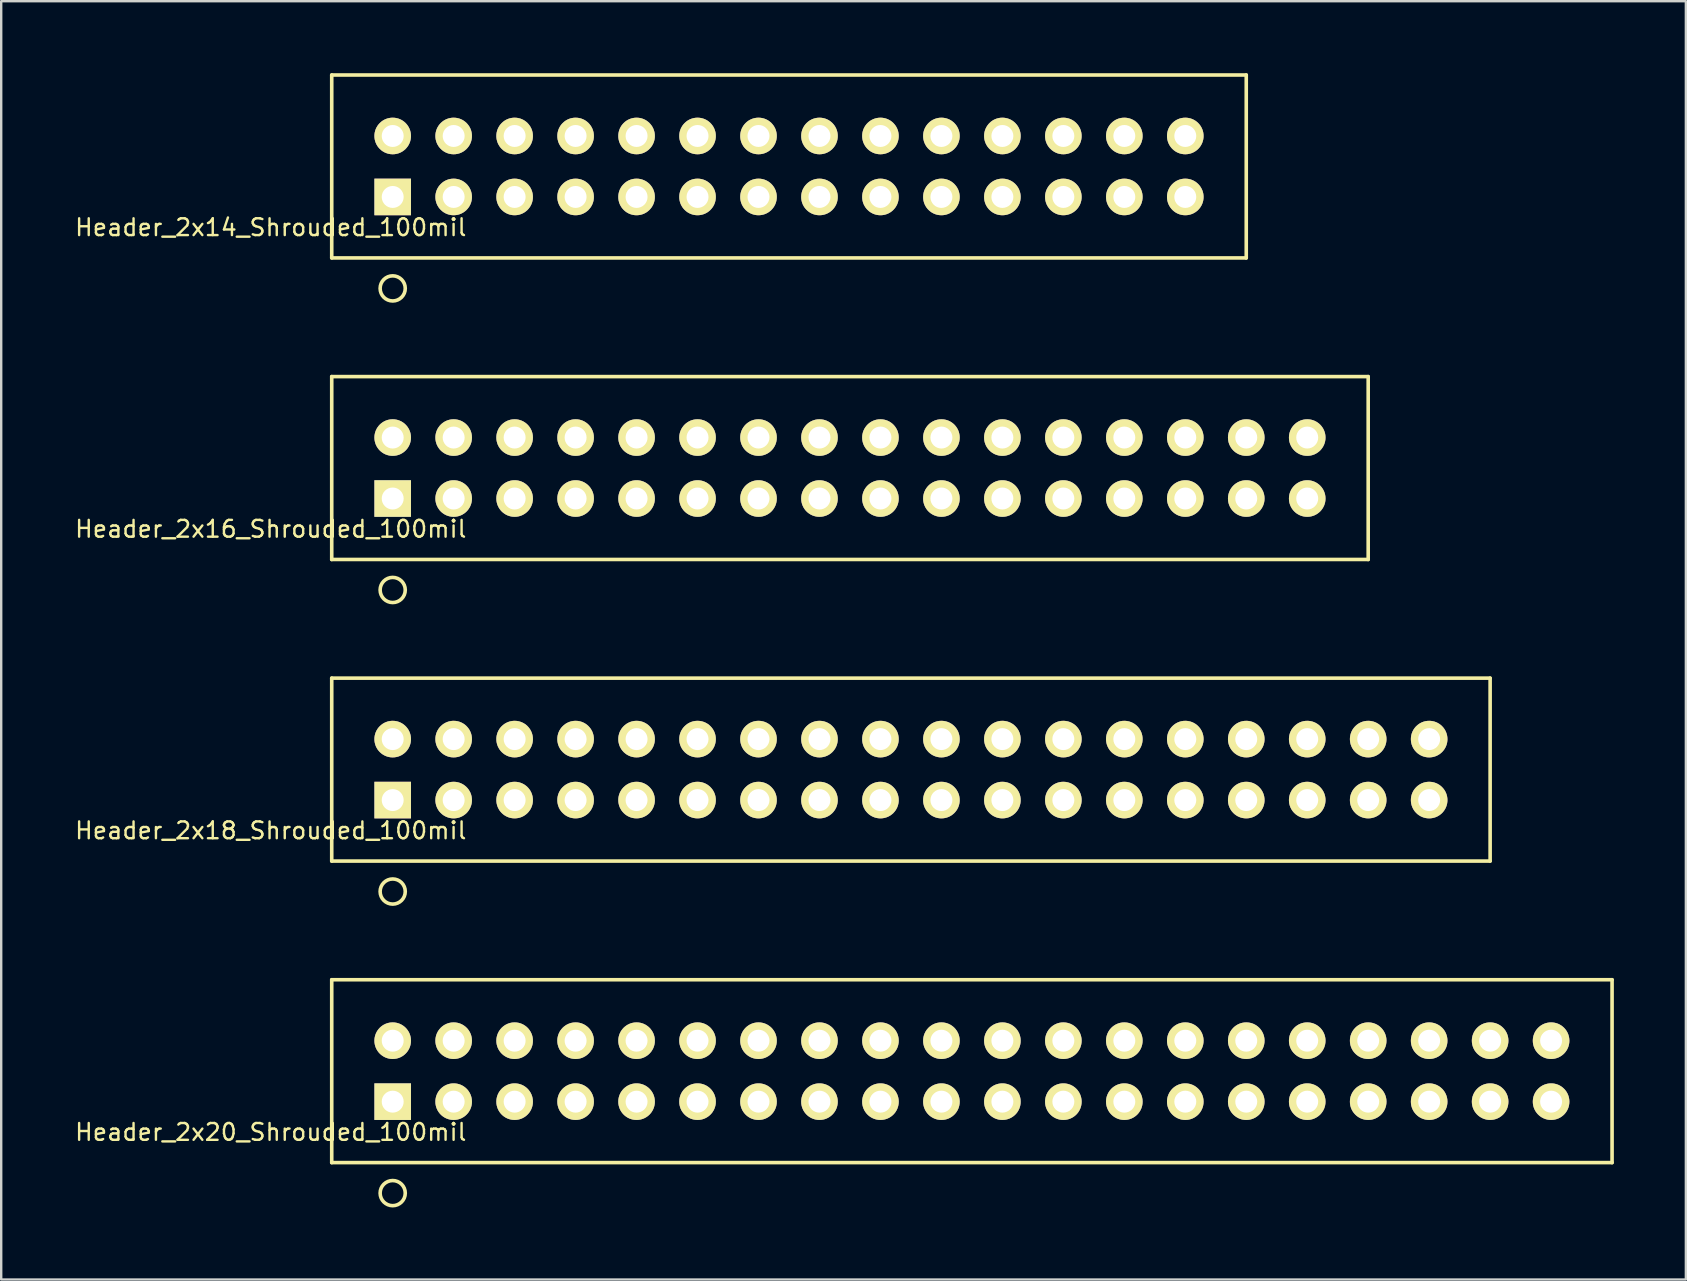
<source format=kicad_pcb>
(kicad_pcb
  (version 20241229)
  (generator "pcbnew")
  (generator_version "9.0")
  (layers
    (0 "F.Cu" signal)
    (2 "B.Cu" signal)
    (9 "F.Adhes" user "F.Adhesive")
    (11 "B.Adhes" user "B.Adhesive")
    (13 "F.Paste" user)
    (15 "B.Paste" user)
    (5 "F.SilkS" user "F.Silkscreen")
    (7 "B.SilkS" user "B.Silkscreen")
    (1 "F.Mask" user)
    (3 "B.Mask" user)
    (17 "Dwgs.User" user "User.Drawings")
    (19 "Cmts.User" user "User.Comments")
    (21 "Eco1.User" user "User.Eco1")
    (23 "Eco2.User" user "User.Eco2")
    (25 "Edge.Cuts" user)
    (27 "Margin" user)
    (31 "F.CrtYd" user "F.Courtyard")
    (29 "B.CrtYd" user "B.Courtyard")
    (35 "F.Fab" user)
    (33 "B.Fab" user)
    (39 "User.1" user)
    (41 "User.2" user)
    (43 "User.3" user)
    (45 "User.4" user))
  (footprint "Header_2x16_Shrouded_100mil"
    (layer "F.Cu")
    (at 13.31 17.719)
    (property "Reference" "Header_2x16_Shrouded_100mil" (at -5.08 1.27 0) (layer "F.SilkS") (effects (font (size 0.7 0.7) (thickness 0.1))))
    (attr through_hole)
    (fp_line (start -2.54 -5.08) (end -2.54 2.54) (stroke (width 0.15) (type solid)) (layer "F.SilkS"))
    (fp_line (start -2.54 2.54) (end 40.64 2.54) (stroke (width 0.15) (type solid)) (layer "F.SilkS"))
    (fp_line (start 40.64 -5.08) (end -2.54 -5.08) (stroke (width 0.15) (type solid)) (layer "F.SilkS"))
    (fp_line (start 40.64 -5.08) (end 40.64 2.54) (stroke (width 0.15) (type solid)) (layer "F.SilkS"))
    (fp_circle (center 0 3.81) (end 0.508 3.937) (stroke (width 0.15) (type solid)) (fill no) (layer "F.SilkS"))
    (pad "1" thru_hole rect (at 0 0) (size 1.524 1.524) (drill 0.914) (layers "*.Cu" "*.Mask" "F.SilkS"))
    (pad "2" thru_hole circle (at 0 -2.54) (size 1.524 1.524) (drill 0.914) (layers "*.Cu" "*.Mask" "F.SilkS"))
    (pad "3" thru_hole circle (at 2.54 0) (size 1.524 1.524) (drill 0.914) (layers "*.Cu" "*.Mask" "F.SilkS"))
    (pad "4" thru_hole circle (at 2.54 -2.54) (size 1.524 1.524) (drill 0.914) (layers "*.Cu" "*.Mask" "F.SilkS"))
    (pad "5" thru_hole circle (at 5.08 0) (size 1.524 1.524) (drill 0.914) (layers "*.Cu" "*.Mask" "F.SilkS"))
    (pad "6" thru_hole circle (at 5.08 -2.54) (size 1.524 1.524) (drill 0.914) (layers "*.Cu" "*.Mask" "F.SilkS"))
    (pad "7" thru_hole circle (at 7.62 0) (size 1.524 1.524) (drill 0.914) (layers "*.Cu" "*.Mask" "F.SilkS"))
    (pad "8" thru_hole circle (at 7.62 -2.54) (size 1.524 1.524) (drill 0.914) (layers "*.Cu" "*.Mask" "F.SilkS"))
    (pad "9" thru_hole circle (at 10.16 0) (size 1.524 1.524) (drill 0.914) (layers "*.Cu" "*.Mask" "F.SilkS"))
    (pad "10" thru_hole circle (at 10.16 -2.54) (size 1.524 1.524) (drill 0.914) (layers "*.Cu" "*.Mask" "F.SilkS"))
    (pad "11" thru_hole circle (at 12.7 0) (size 1.524 1.524) (drill 0.914) (layers "*.Cu" "*.Mask" "F.SilkS"))
    (pad "12" thru_hole circle (at 12.7 -2.54) (size 1.524 1.524) (drill 0.914) (layers "*.Cu" "*.Mask" "F.SilkS"))
    (pad "13" thru_hole circle (at 15.24 0) (size 1.524 1.524) (drill 0.914) (layers "*.Cu" "*.Mask" "F.SilkS"))
    (pad "14" thru_hole circle (at 15.24 -2.54) (size 1.524 1.524) (drill 0.914) (layers "*.Cu" "*.Mask" "F.SilkS"))
    (pad "15" thru_hole circle (at 17.78 0) (size 1.524 1.524) (drill 0.914) (layers "*.Cu" "*.Mask" "F.SilkS"))
    (pad "16" thru_hole circle (at 17.78 -2.54) (size 1.524 1.524) (drill 0.914) (layers "*.Cu" "*.Mask" "F.SilkS"))
    (pad "17" thru_hole circle (at 20.32 0) (size 1.524 1.524) (drill 0.914) (layers "*.Cu" "*.Mask" "F.SilkS"))
    (pad "18" thru_hole circle (at 20.32 -2.54) (size 1.524 1.524) (drill 0.914) (layers "*.Cu" "*.Mask" "F.SilkS"))
    (pad "19" thru_hole circle (at 22.86 0) (size 1.524 1.524) (drill 0.914) (layers "*.Cu" "*.Mask" "F.SilkS"))
    (pad "20" thru_hole circle (at 22.86 -2.54) (size 1.524 1.524) (drill 0.914) (layers "*.Cu" "*.Mask" "F.SilkS"))
    (pad "21" thru_hole circle (at 25.4 0) (size 1.524 1.524) (drill 0.914) (layers "*.Cu" "*.Mask" "F.SilkS"))
    (pad "22" thru_hole circle (at 25.4 -2.54) (size 1.524 1.524) (drill 0.914) (layers "*.Cu" "*.Mask" "F.SilkS"))
    (pad "23" thru_hole circle (at 27.94 0) (size 1.524 1.524) (drill 0.914) (layers "*.Cu" "*.Mask" "F.SilkS"))
    (pad "24" thru_hole circle (at 27.94 -2.54) (size 1.524 1.524) (drill 0.914) (layers "*.Cu" "*.Mask" "F.SilkS"))
    (pad "25" thru_hole circle (at 30.48 0) (size 1.524 1.524) (drill 0.914) (layers "*.Cu" "*.Mask" "F.SilkS"))
    (pad "26" thru_hole circle (at 30.48 -2.54) (size 1.524 1.524) (drill 0.914) (layers "*.Cu" "*.Mask" "F.SilkS"))
    (pad "27" thru_hole circle (at 33.02 0) (size 1.524 1.524) (drill 0.914) (layers "*.Cu" "*.Mask" "F.SilkS"))
    (pad "28" thru_hole circle (at 33.02 -2.54) (size 1.524 1.524) (drill 0.914) (layers "*.Cu" "*.Mask" "F.SilkS"))
    (pad "29" thru_hole circle (at 35.56 0) (size 1.524 1.524) (drill 0.914) (layers "*.Cu" "*.Mask" "F.SilkS"))
    (pad "30" thru_hole circle (at 35.56 -2.54) (size 1.524 1.524) (drill 0.914) (layers "*.Cu" "*.Mask" "F.SilkS"))
    (pad "31" thru_hole circle (at 38.1 0) (size 1.524 1.524) (drill 0.914) (layers "*.Cu" "*.Mask" "F.SilkS"))
    (pad "32" thru_hole circle (at 38.1 -2.54) (size 1.524 1.524) (drill 0.914) (layers "*.Cu" "*.Mask" "F.SilkS")))
  (footprint "Header_2x20_Shrouded_100mil"
    (layer "F.Cu")
    (at 13.31 42.846)
    (property "Reference" "Header_2x20_Shrouded_100mil" (at -5.08 1.27 0) (layer "F.SilkS") (effects (font (size 0.7 0.7) (thickness 0.1))))
    (attr through_hole)
    (fp_line (start -2.54 -5.08) (end -2.54 2.54) (stroke (width 0.15) (type solid)) (layer "F.SilkS"))
    (fp_line (start -2.54 2.54) (end 50.8 2.54) (stroke (width 0.15) (type solid)) (layer "F.SilkS"))
    (fp_line (start 50.8 -5.08) (end -2.54 -5.08) (stroke (width 0.15) (type solid)) (layer "F.SilkS"))
    (fp_line (start 50.8 -5.08) (end 50.8 2.54) (stroke (width 0.15) (type solid)) (layer "F.SilkS"))
    (fp_circle (center 0 3.81) (end 0.508 3.937) (stroke (width 0.15) (type solid)) (fill no) (layer "F.SilkS"))
    (pad "1" thru_hole rect (at 0 0) (size 1.524 1.524) (drill 0.914) (layers "*.Cu" "*.Mask" "F.SilkS"))
    (pad "2" thru_hole circle (at 0 -2.54) (size 1.524 1.524) (drill 0.914) (layers "*.Cu" "*.Mask" "F.SilkS"))
    (pad "3" thru_hole circle (at 2.54 0) (size 1.524 1.524) (drill 0.914) (layers "*.Cu" "*.Mask" "F.SilkS"))
    (pad "4" thru_hole circle (at 2.54 -2.54) (size 1.524 1.524) (drill 0.914) (layers "*.Cu" "*.Mask" "F.SilkS"))
    (pad "5" thru_hole circle (at 5.08 0) (size 1.524 1.524) (drill 0.914) (layers "*.Cu" "*.Mask" "F.SilkS"))
    (pad "6" thru_hole circle (at 5.08 -2.54) (size 1.524 1.524) (drill 0.914) (layers "*.Cu" "*.Mask" "F.SilkS"))
    (pad "7" thru_hole circle (at 7.62 0) (size 1.524 1.524) (drill 0.914) (layers "*.Cu" "*.Mask" "F.SilkS"))
    (pad "8" thru_hole circle (at 7.62 -2.54) (size 1.524 1.524) (drill 0.914) (layers "*.Cu" "*.Mask" "F.SilkS"))
    (pad "9" thru_hole circle (at 10.16 0) (size 1.524 1.524) (drill 0.914) (layers "*.Cu" "*.Mask" "F.SilkS"))
    (pad "10" thru_hole circle (at 10.16 -2.54) (size 1.524 1.524) (drill 0.914) (layers "*.Cu" "*.Mask" "F.SilkS"))
    (pad "11" thru_hole circle (at 12.7 0) (size 1.524 1.524) (drill 0.914) (layers "*.Cu" "*.Mask" "F.SilkS"))
    (pad "12" thru_hole circle (at 12.7 -2.54) (size 1.524 1.524) (drill 0.914) (layers "*.Cu" "*.Mask" "F.SilkS"))
    (pad "13" thru_hole circle (at 15.24 0) (size 1.524 1.524) (drill 0.914) (layers "*.Cu" "*.Mask" "F.SilkS"))
    (pad "14" thru_hole circle (at 15.24 -2.54) (size 1.524 1.524) (drill 0.914) (layers "*.Cu" "*.Mask" "F.SilkS"))
    (pad "15" thru_hole circle (at 17.78 0) (size 1.524 1.524) (drill 0.914) (layers "*.Cu" "*.Mask" "F.SilkS"))
    (pad "16" thru_hole circle (at 17.78 -2.54) (size 1.524 1.524) (drill 0.914) (layers "*.Cu" "*.Mask" "F.SilkS"))
    (pad "17" thru_hole circle (at 20.32 0) (size 1.524 1.524) (drill 0.914) (layers "*.Cu" "*.Mask" "F.SilkS"))
    (pad "18" thru_hole circle (at 20.32 -2.54) (size 1.524 1.524) (drill 0.914) (layers "*.Cu" "*.Mask" "F.SilkS"))
    (pad "19" thru_hole circle (at 22.86 0) (size 1.524 1.524) (drill 0.914) (layers "*.Cu" "*.Mask" "F.SilkS"))
    (pad "20" thru_hole circle (at 22.86 -2.54) (size 1.524 1.524) (drill 0.914) (layers "*.Cu" "*.Mask" "F.SilkS"))
    (pad "21" thru_hole circle (at 25.4 0) (size 1.524 1.524) (drill 0.914) (layers "*.Cu" "*.Mask" "F.SilkS"))
    (pad "22" thru_hole circle (at 25.4 -2.54) (size 1.524 1.524) (drill 0.914) (layers "*.Cu" "*.Mask" "F.SilkS"))
    (pad "23" thru_hole circle (at 27.94 0) (size 1.524 1.524) (drill 0.914) (layers "*.Cu" "*.Mask" "F.SilkS"))
    (pad "24" thru_hole circle (at 27.94 -2.54) (size 1.524 1.524) (drill 0.914) (layers "*.Cu" "*.Mask" "F.SilkS"))
    (pad "25" thru_hole circle (at 30.48 0) (size 1.524 1.524) (drill 0.914) (layers "*.Cu" "*.Mask" "F.SilkS"))
    (pad "26" thru_hole circle (at 30.48 -2.54) (size 1.524 1.524) (drill 0.914) (layers "*.Cu" "*.Mask" "F.SilkS"))
    (pad "27" thru_hole circle (at 33.02 0) (size 1.524 1.524) (drill 0.914) (layers "*.Cu" "*.Mask" "F.SilkS"))
    (pad "28" thru_hole circle (at 33.02 -2.54) (size 1.524 1.524) (drill 0.914) (layers "*.Cu" "*.Mask" "F.SilkS"))
    (pad "29" thru_hole circle (at 35.56 0) (size 1.524 1.524) (drill 0.914) (layers "*.Cu" "*.Mask" "F.SilkS"))
    (pad "30" thru_hole circle (at 35.56 -2.54) (size 1.524 1.524) (drill 0.914) (layers "*.Cu" "*.Mask" "F.SilkS"))
    (pad "31" thru_hole circle (at 38.1 0) (size 1.524 1.524) (drill 0.914) (layers "*.Cu" "*.Mask" "F.SilkS"))
    (pad "32" thru_hole circle (at 38.1 -2.54) (size 1.524 1.524) (drill 0.914) (layers "*.Cu" "*.Mask" "F.SilkS"))
    (pad "33" thru_hole circle (at 40.64 0) (size 1.524 1.524) (drill 0.914) (layers "*.Cu" "*.Mask" "F.SilkS"))
    (pad "34" thru_hole circle (at 40.64 -2.54) (size 1.524 1.524) (drill 0.914) (layers "*.Cu" "*.Mask" "F.SilkS"))
    (pad "35" thru_hole circle (at 43.18 0) (size 1.524 1.524) (drill 0.914) (layers "*.Cu" "*.Mask" "F.SilkS"))
    (pad "36" thru_hole circle (at 43.18 -2.54) (size 1.524 1.524) (drill 0.914) (layers "*.Cu" "*.Mask" "F.SilkS"))
    (pad "37" thru_hole circle (at 45.72 0) (size 1.524 1.524) (drill 0.914) (layers "*.Cu" "*.Mask" "F.SilkS"))
    (pad "38" thru_hole circle (at 45.72 -2.54) (size 1.524 1.524) (drill 0.914) (layers "*.Cu" "*.Mask" "F.SilkS"))
    (pad "39" thru_hole circle (at 48.26 0) (size 1.524 1.524) (drill 0.914) (layers "*.Cu" "*.Mask" "F.SilkS"))
    (pad "40" thru_hole circle (at 48.26 -2.54) (size 1.524 1.524) (drill 0.914) (layers "*.Cu" "*.Mask" "F.SilkS")))
  (footprint "Header_2x14_Shrouded_100mil"
    (layer "F.Cu")
    (at 13.31 5.155)
    (property "Reference" "Header_2x14_Shrouded_100mil" (at -5.08 1.27 0) (layer "F.SilkS") (effects (font (size 0.7 0.7) (thickness 0.1))))
    (attr through_hole)
    (fp_line (start -2.54 -5.08) (end -2.54 2.54) (stroke (width 0.15) (type solid)) (layer "F.SilkS"))
    (fp_line (start -2.54 2.54) (end 35.56 2.54) (stroke (width 0.15) (type solid)) (layer "F.SilkS"))
    (fp_line (start 35.56 -5.08) (end -2.54 -5.08) (stroke (width 0.15) (type solid)) (layer "F.SilkS"))
    (fp_line (start 35.56 -5.08) (end 35.56 2.54) (stroke (width 0.15) (type solid)) (layer "F.SilkS"))
    (fp_circle (center 0 3.81) (end 0.508 3.937) (stroke (width 0.15) (type solid)) (fill no) (layer "F.SilkS"))
    (pad "1" thru_hole rect (at 0 0) (size 1.524 1.524) (drill 0.914) (layers "*.Cu" "*.Mask" "F.SilkS"))
    (pad "2" thru_hole circle (at 0 -2.54) (size 1.524 1.524) (drill 0.914) (layers "*.Cu" "*.Mask" "F.SilkS"))
    (pad "3" thru_hole circle (at 2.54 0) (size 1.524 1.524) (drill 0.914) (layers "*.Cu" "*.Mask" "F.SilkS"))
    (pad "4" thru_hole circle (at 2.54 -2.54) (size 1.524 1.524) (drill 0.914) (layers "*.Cu" "*.Mask" "F.SilkS"))
    (pad "5" thru_hole circle (at 5.08 0) (size 1.524 1.524) (drill 0.914) (layers "*.Cu" "*.Mask" "F.SilkS"))
    (pad "6" thru_hole circle (at 5.08 -2.54) (size 1.524 1.524) (drill 0.914) (layers "*.Cu" "*.Mask" "F.SilkS"))
    (pad "7" thru_hole circle (at 7.62 0) (size 1.524 1.524) (drill 0.914) (layers "*.Cu" "*.Mask" "F.SilkS"))
    (pad "8" thru_hole circle (at 7.62 -2.54) (size 1.524 1.524) (drill 0.914) (layers "*.Cu" "*.Mask" "F.SilkS"))
    (pad "9" thru_hole circle (at 10.16 0) (size 1.524 1.524) (drill 0.914) (layers "*.Cu" "*.Mask" "F.SilkS"))
    (pad "10" thru_hole circle (at 10.16 -2.54) (size 1.524 1.524) (drill 0.914) (layers "*.Cu" "*.Mask" "F.SilkS"))
    (pad "11" thru_hole circle (at 12.7 0) (size 1.524 1.524) (drill 0.914) (layers "*.Cu" "*.Mask" "F.SilkS"))
    (pad "12" thru_hole circle (at 12.7 -2.54) (size 1.524 1.524) (drill 0.914) (layers "*.Cu" "*.Mask" "F.SilkS"))
    (pad "13" thru_hole circle (at 15.24 0) (size 1.524 1.524) (drill 0.914) (layers "*.Cu" "*.Mask" "F.SilkS"))
    (pad "14" thru_hole circle (at 15.24 -2.54) (size 1.524 1.524) (drill 0.914) (layers "*.Cu" "*.Mask" "F.SilkS"))
    (pad "15" thru_hole circle (at 17.78 0) (size 1.524 1.524) (drill 0.914) (layers "*.Cu" "*.Mask" "F.SilkS"))
    (pad "16" thru_hole circle (at 17.78 -2.54) (size 1.524 1.524) (drill 0.914) (layers "*.Cu" "*.Mask" "F.SilkS"))
    (pad "17" thru_hole circle (at 20.32 0) (size 1.524 1.524) (drill 0.914) (layers "*.Cu" "*.Mask" "F.SilkS"))
    (pad "18" thru_hole circle (at 20.32 -2.54) (size 1.524 1.524) (drill 0.914) (layers "*.Cu" "*.Mask" "F.SilkS"))
    (pad "19" thru_hole circle (at 22.86 0) (size 1.524 1.524) (drill 0.914) (layers "*.Cu" "*.Mask" "F.SilkS"))
    (pad "20" thru_hole circle (at 22.86 -2.54) (size 1.524 1.524) (drill 0.914) (layers "*.Cu" "*.Mask" "F.SilkS"))
    (pad "21" thru_hole circle (at 25.4 0) (size 1.524 1.524) (drill 0.914) (layers "*.Cu" "*.Mask" "F.SilkS"))
    (pad "22" thru_hole circle (at 25.4 -2.54) (size 1.524 1.524) (drill 0.914) (layers "*.Cu" "*.Mask" "F.SilkS"))
    (pad "23" thru_hole circle (at 27.94 0) (size 1.524 1.524) (drill 0.914) (layers "*.Cu" "*.Mask" "F.SilkS"))
    (pad "24" thru_hole circle (at 27.94 -2.54) (size 1.524 1.524) (drill 0.914) (layers "*.Cu" "*.Mask" "F.SilkS"))
    (pad "25" thru_hole circle (at 30.48 0) (size 1.524 1.524) (drill 0.914) (layers "*.Cu" "*.Mask" "F.SilkS"))
    (pad "26" thru_hole circle (at 30.48 -2.54) (size 1.524 1.524) (drill 0.914) (layers "*.Cu" "*.Mask" "F.SilkS"))
    (pad "27" thru_hole circle (at 33.02 0) (size 1.524 1.524) (drill 0.914) (layers "*.Cu" "*.Mask" "F.SilkS"))
    (pad "28" thru_hole circle (at 33.02 -2.54) (size 1.524 1.524) (drill 0.914) (layers "*.Cu" "*.Mask" "F.SilkS")))
  (footprint "Header_2x18_Shrouded_100mil"
    (layer "F.Cu")
    (at 13.31 30.282)
    (property "Reference" "Header_2x18_Shrouded_100mil" (at -5.08 1.27 0) (layer "F.SilkS") (effects (font (size 0.7 0.7) (thickness 0.1))))
    (attr through_hole)
    (fp_line (start -2.54 -5.08) (end -2.54 2.54) (stroke (width 0.15) (type solid)) (layer "F.SilkS"))
    (fp_line (start -2.54 2.54) (end 45.72 2.54) (stroke (width 0.15) (type solid)) (layer "F.SilkS"))
    (fp_line (start 45.72 -5.08) (end -2.54 -5.08) (stroke (width 0.15) (type solid)) (layer "F.SilkS"))
    (fp_line (start 45.72 -5.08) (end 45.72 2.54) (stroke (width 0.15) (type solid)) (layer "F.SilkS"))
    (fp_circle (center 0 3.81) (end 0.508 3.937) (stroke (width 0.15) (type solid)) (fill no) (layer "F.SilkS"))
    (pad "1" thru_hole rect (at 0 0) (size 1.524 1.524) (drill 0.914) (layers "*.Cu" "*.Mask" "F.SilkS"))
    (pad "2" thru_hole circle (at 0 -2.54) (size 1.524 1.524) (drill 0.914) (layers "*.Cu" "*.Mask" "F.SilkS"))
    (pad "3" thru_hole circle (at 2.54 0) (size 1.524 1.524) (drill 0.914) (layers "*.Cu" "*.Mask" "F.SilkS"))
    (pad "4" thru_hole circle (at 2.54 -2.54) (size 1.524 1.524) (drill 0.914) (layers "*.Cu" "*.Mask" "F.SilkS"))
    (pad "5" thru_hole circle (at 5.08 0) (size 1.524 1.524) (drill 0.914) (layers "*.Cu" "*.Mask" "F.SilkS"))
    (pad "6" thru_hole circle (at 5.08 -2.54) (size 1.524 1.524) (drill 0.914) (layers "*.Cu" "*.Mask" "F.SilkS"))
    (pad "7" thru_hole circle (at 7.62 0) (size 1.524 1.524) (drill 0.914) (layers "*.Cu" "*.Mask" "F.SilkS"))
    (pad "8" thru_hole circle (at 7.62 -2.54) (size 1.524 1.524) (drill 0.914) (layers "*.Cu" "*.Mask" "F.SilkS"))
    (pad "9" thru_hole circle (at 10.16 0) (size 1.524 1.524) (drill 0.914) (layers "*.Cu" "*.Mask" "F.SilkS"))
    (pad "10" thru_hole circle (at 10.16 -2.54) (size 1.524 1.524) (drill 0.914) (layers "*.Cu" "*.Mask" "F.SilkS"))
    (pad "11" thru_hole circle (at 12.7 0) (size 1.524 1.524) (drill 0.914) (layers "*.Cu" "*.Mask" "F.SilkS"))
    (pad "12" thru_hole circle (at 12.7 -2.54) (size 1.524 1.524) (drill 0.914) (layers "*.Cu" "*.Mask" "F.SilkS"))
    (pad "13" thru_hole circle (at 15.24 0) (size 1.524 1.524) (drill 0.914) (layers "*.Cu" "*.Mask" "F.SilkS"))
    (pad "14" thru_hole circle (at 15.24 -2.54) (size 1.524 1.524) (drill 0.914) (layers "*.Cu" "*.Mask" "F.SilkS"))
    (pad "15" thru_hole circle (at 17.78 0) (size 1.524 1.524) (drill 0.914) (layers "*.Cu" "*.Mask" "F.SilkS"))
    (pad "16" thru_hole circle (at 17.78 -2.54) (size 1.524 1.524) (drill 0.914) (layers "*.Cu" "*.Mask" "F.SilkS"))
    (pad "17" thru_hole circle (at 20.32 0) (size 1.524 1.524) (drill 0.914) (layers "*.Cu" "*.Mask" "F.SilkS"))
    (pad "18" thru_hole circle (at 20.32 -2.54) (size 1.524 1.524) (drill 0.914) (layers "*.Cu" "*.Mask" "F.SilkS"))
    (pad "19" thru_hole circle (at 22.86 0) (size 1.524 1.524) (drill 0.914) (layers "*.Cu" "*.Mask" "F.SilkS"))
    (pad "20" thru_hole circle (at 22.86 -2.54) (size 1.524 1.524) (drill 0.914) (layers "*.Cu" "*.Mask" "F.SilkS"))
    (pad "21" thru_hole circle (at 25.4 0) (size 1.524 1.524) (drill 0.914) (layers "*.Cu" "*.Mask" "F.SilkS"))
    (pad "22" thru_hole circle (at 25.4 -2.54) (size 1.524 1.524) (drill 0.914) (layers "*.Cu" "*.Mask" "F.SilkS"))
    (pad "23" thru_hole circle (at 27.94 0) (size 1.524 1.524) (drill 0.914) (layers "*.Cu" "*.Mask" "F.SilkS"))
    (pad "24" thru_hole circle (at 27.94 -2.54) (size 1.524 1.524) (drill 0.914) (layers "*.Cu" "*.Mask" "F.SilkS"))
    (pad "25" thru_hole circle (at 30.48 0) (size 1.524 1.524) (drill 0.914) (layers "*.Cu" "*.Mask" "F.SilkS"))
    (pad "26" thru_hole circle (at 30.48 -2.54) (size 1.524 1.524) (drill 0.914) (layers "*.Cu" "*.Mask" "F.SilkS"))
    (pad "27" thru_hole circle (at 33.02 0) (size 1.524 1.524) (drill 0.914) (layers "*.Cu" "*.Mask" "F.SilkS"))
    (pad "28" thru_hole circle (at 33.02 -2.54) (size 1.524 1.524) (drill 0.914) (layers "*.Cu" "*.Mask" "F.SilkS"))
    (pad "29" thru_hole circle (at 35.56 0) (size 1.524 1.524) (drill 0.914) (layers "*.Cu" "*.Mask" "F.SilkS"))
    (pad "30" thru_hole circle (at 35.56 -2.54) (size 1.524 1.524) (drill 0.914) (layers "*.Cu" "*.Mask" "F.SilkS"))
    (pad "31" thru_hole circle (at 38.1 0) (size 1.524 1.524) (drill 0.914) (layers "*.Cu" "*.Mask" "F.SilkS"))
    (pad "32" thru_hole circle (at 38.1 -2.54) (size 1.524 1.524) (drill 0.914) (layers "*.Cu" "*.Mask" "F.SilkS"))
    (pad "33" thru_hole circle (at 40.64 0) (size 1.524 1.524) (drill 0.914) (layers "*.Cu" "*.Mask" "F.SilkS"))
    (pad "34" thru_hole circle (at 40.64 -2.54) (size 1.524 1.524) (drill 0.914) (layers "*.Cu" "*.Mask" "F.SilkS"))
    (pad "35" thru_hole circle (at 43.18 0) (size 1.524 1.524) (drill 0.914) (layers "*.Cu" "*.Mask" "F.SilkS"))
    (pad "36" thru_hole circle (at 43.18 -2.54) (size 1.524 1.524) (drill 0.914) (layers "*.Cu" "*.Mask" "F.SilkS")))
  (gr_rect
    (start -3 -3)
    (end 67.185 50.255)
    (stroke (width 0.1) (type default))
    (fill no)
    (layer "Edge.Cuts")))
</source>
